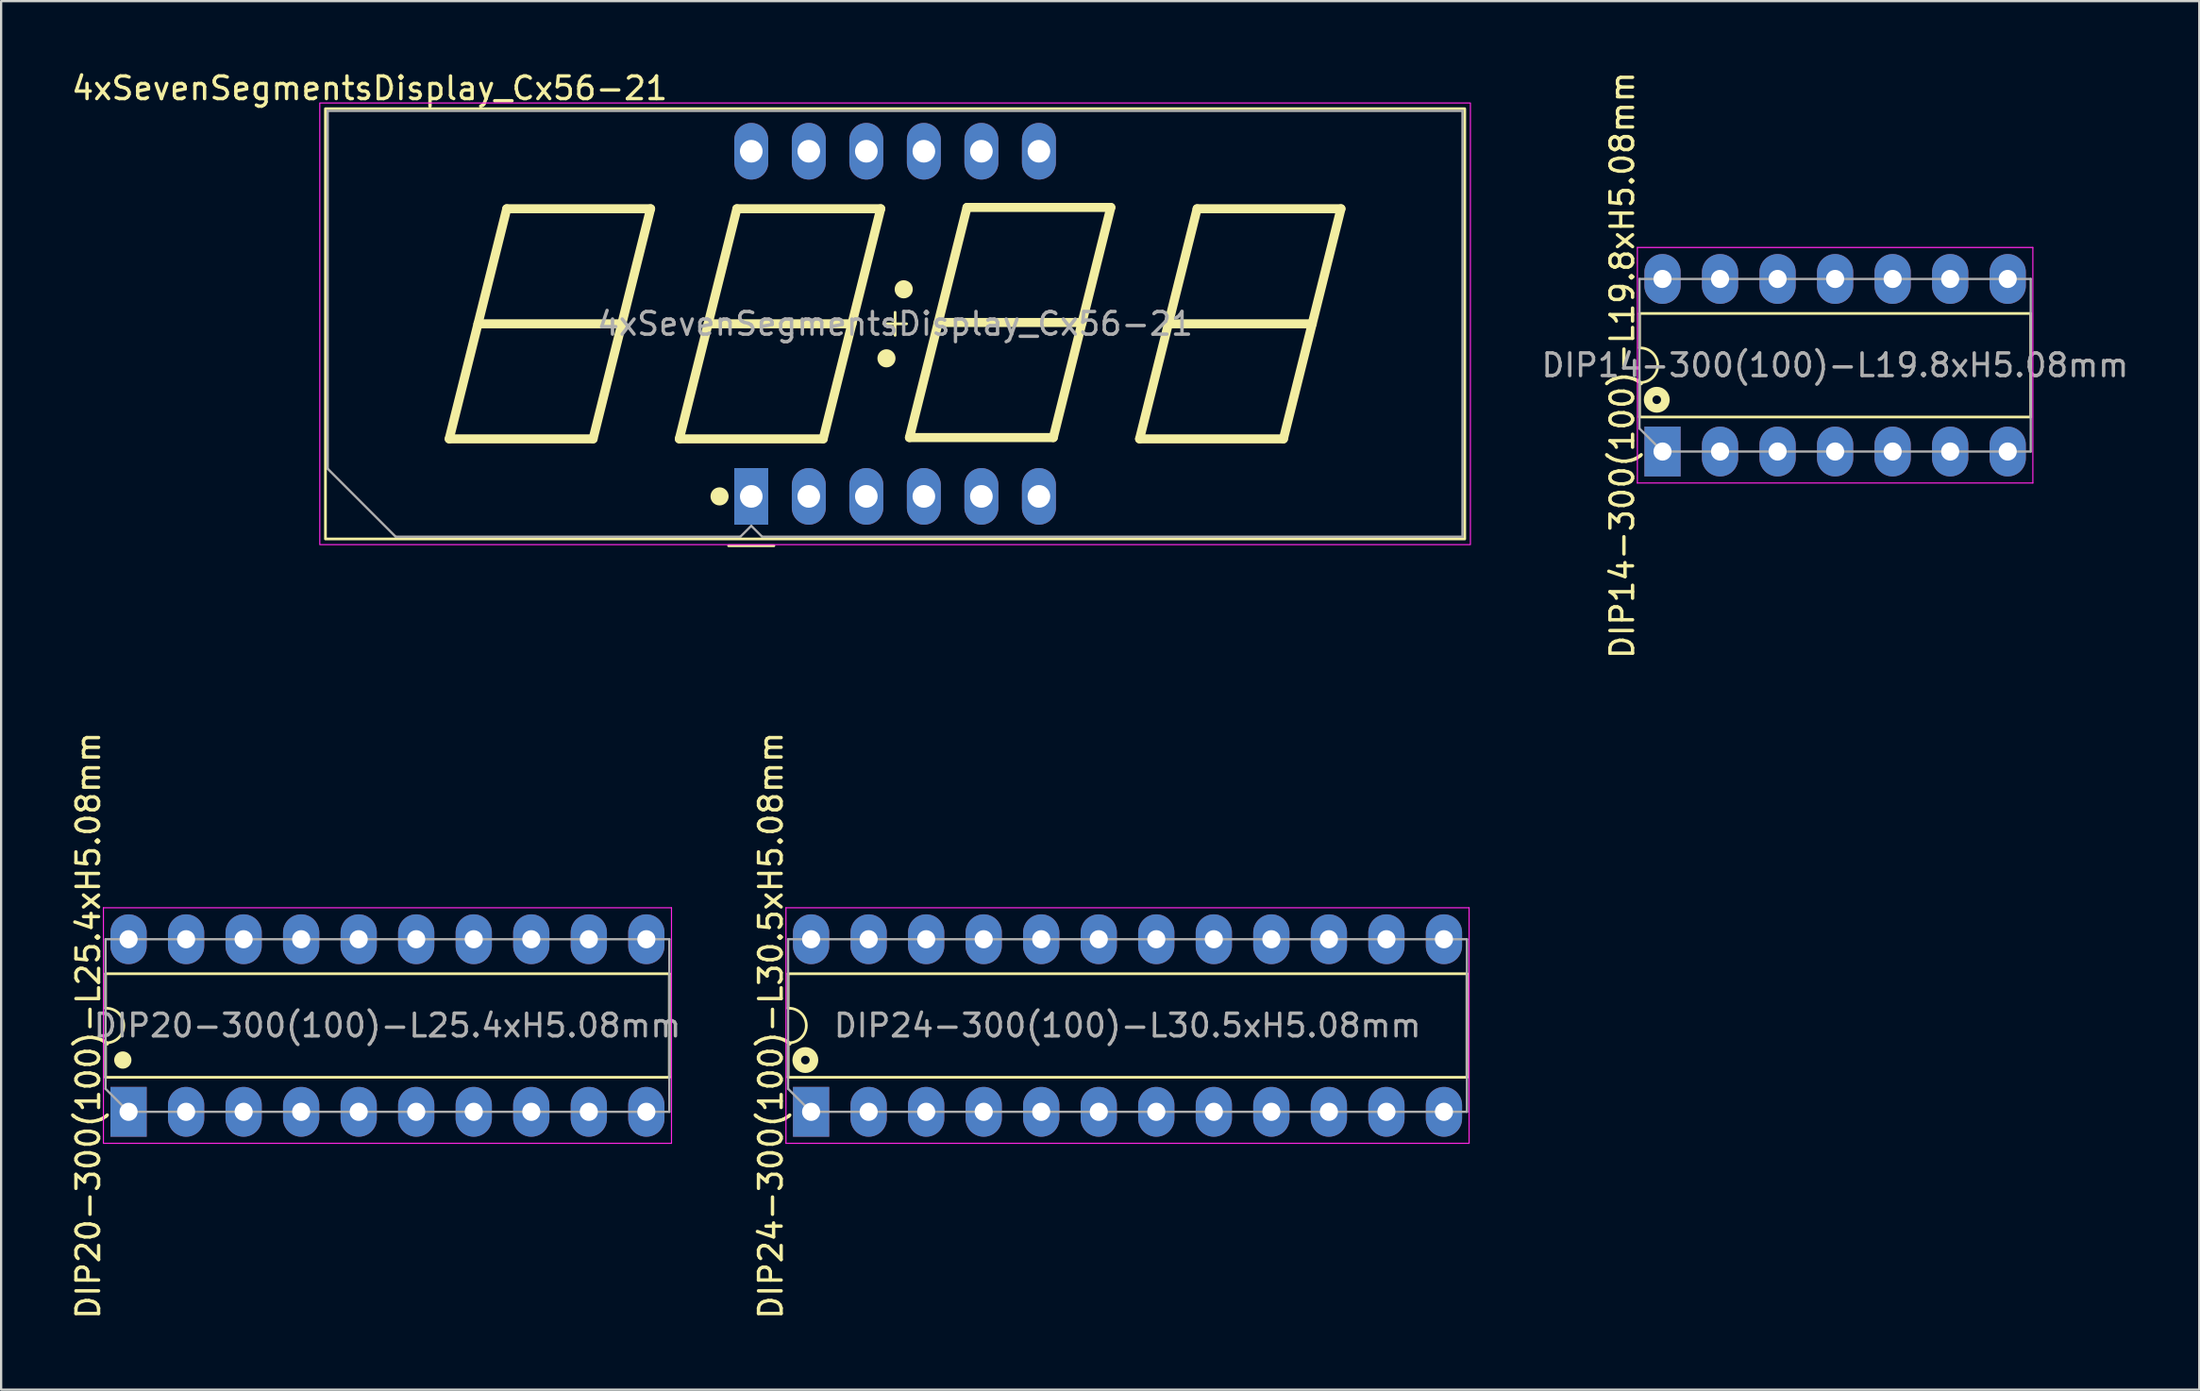
<source format=kicad_pcb>
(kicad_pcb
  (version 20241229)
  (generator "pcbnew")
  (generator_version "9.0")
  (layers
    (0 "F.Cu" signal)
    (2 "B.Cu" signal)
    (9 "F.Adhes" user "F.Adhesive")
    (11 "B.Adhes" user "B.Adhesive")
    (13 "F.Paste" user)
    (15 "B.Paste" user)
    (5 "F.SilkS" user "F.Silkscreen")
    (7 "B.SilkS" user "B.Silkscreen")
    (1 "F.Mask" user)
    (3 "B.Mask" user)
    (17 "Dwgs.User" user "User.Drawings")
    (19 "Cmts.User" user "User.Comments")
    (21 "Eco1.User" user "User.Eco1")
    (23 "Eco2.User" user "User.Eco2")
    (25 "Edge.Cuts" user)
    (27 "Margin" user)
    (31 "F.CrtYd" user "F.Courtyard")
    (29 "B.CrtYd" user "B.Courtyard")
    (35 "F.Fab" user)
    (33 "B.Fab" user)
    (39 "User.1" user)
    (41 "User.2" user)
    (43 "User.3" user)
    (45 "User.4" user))
  (footprint "DIP24-300(100)-L30.5xH5.08mm"
    (layer "F.Cu")
    (at 46.73 42.232)
    (property "Reference" "DIP24-300(100)-L30.5xH5.08mm" (at -15.748 0 90) (layer "F.SilkS") (effects (font (size 1 1) (thickness 0.15))))
    (attr through_hole)
    (fp_line (start -14.986 -2.286) (end -14.986 -0.762) (stroke (width 0.12) (type solid)) (layer "F.SilkS"))
    (fp_line (start -14.986 0.762) (end -14.986 2.286) (stroke (width 0.12) (type solid)) (layer "F.SilkS"))
    (fp_line (start -14.986 2.286) (end 14.986 2.286) (stroke (width 0.12) (type solid)) (layer "F.SilkS"))
    (fp_line (start 14.986 -2.286) (end -14.986 -2.286) (stroke (width 0.12) (type solid)) (layer "F.SilkS"))
    (fp_line (start 14.986 2.286) (end 14.986 -2.286) (stroke (width 0.12) (type solid)) (layer "F.SilkS"))
    (fp_arc (start -14.986 -0.762) (mid -14.180208 0) (end -14.986 0.762) (stroke (width 0.12) (type solid)) (layer "F.SilkS"))
    (fp_circle (center -14.224 1.524) (end -14.034 1.524) (stroke (width 0.381) (type solid)) (fill no) (layer "F.SilkS"))
    (fp_line (start -15.08 -5.2) (end 15.08 -5.2) (stroke (width 0.05) (type solid)) (layer "F.CrtYd"))
    (fp_line (start -15.08 5.2) (end -15.08 -5.2) (stroke (width 0.05) (type solid)) (layer "F.CrtYd"))
    (fp_line (start 15.08 -5.2) (end 15.08 5.2) (stroke (width 0.05) (type solid)) (layer "F.CrtYd"))
    (fp_line (start 15.08 5.2) (end -15.08 5.2) (stroke (width 0.05) (type solid)) (layer "F.CrtYd"))
    (fp_line (start -14.986 -3.81) (end -14.986 2.794) (stroke (width 0.1) (type solid)) (layer "F.Fab"))
    (fp_line (start -13.97 3.81) (end -14.986 2.794) (stroke (width 0.1) (type solid)) (layer "F.Fab"))
    (fp_line (start -13.97 3.81) (end 14.986 3.81) (stroke (width 0.1) (type solid)) (layer "F.Fab"))
    (fp_line (start 14.986 -3.81) (end -14.986 -3.81) (stroke (width 0.1) (type solid)) (layer "F.Fab"))
    (fp_line (start 14.986 3.81) (end 14.986 -3.81) (stroke (width 0.1) (type solid)) (layer "F.Fab"))
    (fp_text user "${REFERENCE}" (at 0 0 0) (layer "F.Fab") (effects (font (size 1 1) (thickness 0.15))))
    (pad "1" thru_hole rect (at -13.97 3.81) (size 1.6 2.2) (drill 0.8) (layers "*.Cu" "*.Mask"))
    (pad "2" thru_hole oval (at -11.43 3.81) (size 1.6 2.2) (drill 0.8) (layers "*.Cu" "*.Mask"))
    (pad "3" thru_hole oval (at -8.89 3.81) (size 1.6 2.2) (drill 0.8) (layers "*.Cu" "*.Mask"))
    (pad "4" thru_hole oval (at -6.35 3.81) (size 1.6 2.2) (drill 0.8) (layers "*.Cu" "*.Mask"))
    (pad "5" thru_hole oval (at -3.81 3.81) (size 1.6 2.2) (drill 0.8) (layers "*.Cu" "*.Mask"))
    (pad "6" thru_hole oval (at -1.27 3.81) (size 1.6 2.2) (drill 0.8) (layers "*.Cu" "*.Mask"))
    (pad "7" thru_hole oval (at 1.27 3.81) (size 1.6 2.2) (drill 0.8) (layers "*.Cu" "*.Mask"))
    (pad "8" thru_hole oval (at 3.81 3.81) (size 1.6 2.2) (drill 0.8) (layers "*.Cu" "*.Mask"))
    (pad "9" thru_hole oval (at 6.35 3.81) (size 1.6 2.2) (drill 0.8) (layers "*.Cu" "*.Mask"))
    (pad "10" thru_hole oval (at 8.89 3.81) (size 1.6 2.2) (drill 0.8) (layers "*.Cu" "*.Mask"))
    (pad "11" thru_hole oval (at 11.43 3.81) (size 1.6 2.2) (drill 0.8) (layers "*.Cu" "*.Mask"))
    (pad "12" thru_hole oval (at 13.97 3.81) (size 1.6 2.2) (drill 0.8) (layers "*.Cu" "*.Mask"))
    (pad "13" thru_hole oval (at 13.97 -3.81) (size 1.6 2.2) (drill 0.8) (layers "*.Cu" "*.Mask"))
    (pad "14" thru_hole oval (at 11.43 -3.81) (size 1.6 2.2) (drill 0.8) (layers "*.Cu" "*.Mask"))
    (pad "15" thru_hole oval (at 8.89 -3.81) (size 1.6 2.2) (drill 0.8) (layers "*.Cu" "*.Mask"))
    (pad "16" thru_hole oval (at 6.35 -3.81) (size 1.6 2.2) (drill 0.8) (layers "*.Cu" "*.Mask"))
    (pad "17" thru_hole oval (at 3.81 -3.81) (size 1.6 2.2) (drill 0.8) (layers "*.Cu" "*.Mask"))
    (pad "18" thru_hole oval (at 1.27 -3.81) (size 1.6 2.2) (drill 0.8) (layers "*.Cu" "*.Mask"))
    (pad "19" thru_hole oval (at -1.27 -3.81) (size 1.6 2.2) (drill 0.8) (layers "*.Cu" "*.Mask"))
    (pad "20" thru_hole oval (at -3.81 -3.81) (size 1.6 2.2) (drill 0.8) (layers "*.Cu" "*.Mask"))
    (pad "21" thru_hole oval (at -6.35 -3.81) (size 1.6 2.2) (drill 0.8) (layers "*.Cu" "*.Mask"))
    (pad "22" thru_hole oval (at -8.89 -3.81) (size 1.6 2.2) (drill 0.8) (layers "*.Cu" "*.Mask"))
    (pad "23" thru_hole oval (at -11.43 -3.81) (size 1.6 2.2) (drill 0.8) (layers "*.Cu" "*.Mask"))
    (pad "24" thru_hole oval (at -13.97 -3.81) (size 1.6 2.2) (drill 0.8) (layers "*.Cu" "*.Mask")))
  (footprint "DIP14-300(100)-L19.8xH5.08mm"
    (layer "F.Cu")
    (at 77.97 13.077)
    (property "Reference" "DIP14-300(100)-L19.8xH5.08mm" (at -9.398 0 90) (layer "F.SilkS") (effects (font (size 1 1) (thickness 0.15))))
    (attr through_hole)
    (fp_line (start -8.636 -2.286) (end -8.636 -0.762) (stroke (width 0.12) (type solid)) (layer "F.SilkS"))
    (fp_line (start -8.636 0.762) (end -8.636 2.286) (stroke (width 0.12) (type solid)) (layer "F.SilkS"))
    (fp_line (start -8.636 2.286) (end 8.636 2.286) (stroke (width 0.12) (type solid)) (layer "F.SilkS"))
    (fp_line (start 8.636 -2.286) (end -8.636 -2.286) (stroke (width 0.12) (type solid)) (layer "F.SilkS"))
    (fp_line (start 8.636 2.286) (end 8.636 -2.286) (stroke (width 0.12) (type solid)) (layer "F.SilkS"))
    (fp_arc (start -8.636 -0.762) (mid -7.830208 0) (end -8.636 0.762) (stroke (width 0.12) (type solid)) (layer "F.SilkS"))
    (fp_circle (center -7.874 1.524) (end -7.684 1.524) (stroke (width 0.381) (type solid)) (fill no) (layer "F.SilkS"))
    (fp_line (start -8.73 -5.2) (end 8.73 -5.2) (stroke (width 0.05) (type solid)) (layer "F.CrtYd"))
    (fp_line (start -8.73 5.2) (end -8.73 -5.2) (stroke (width 0.05) (type solid)) (layer "F.CrtYd"))
    (fp_line (start 8.73 -5.2) (end 8.73 5.2) (stroke (width 0.05) (type solid)) (layer "F.CrtYd"))
    (fp_line (start 8.73 5.2) (end -8.73 5.2) (stroke (width 0.05) (type solid)) (layer "F.CrtYd"))
    (fp_line (start -8.636 -3.81) (end -8.636 2.794) (stroke (width 0.1) (type solid)) (layer "F.Fab"))
    (fp_line (start -7.62 3.81) (end -8.636 2.794) (stroke (width 0.1) (type solid)) (layer "F.Fab"))
    (fp_line (start -7.62 3.81) (end 8.636 3.81) (stroke (width 0.1) (type solid)) (layer "F.Fab"))
    (fp_line (start 8.636 -3.81) (end -8.636 -3.81) (stroke (width 0.1) (type solid)) (layer "F.Fab"))
    (fp_line (start 8.636 3.81) (end 8.636 -3.81) (stroke (width 0.1) (type solid)) (layer "F.Fab"))
    (fp_text user "${REFERENCE}" (at 0 0 0) (layer "F.Fab") (effects (font (size 1 1) (thickness 0.15))))
    (pad "1" thru_hole rect (at -7.62 3.81) (size 1.6 2.2) (drill 0.8) (layers "*.Cu" "*.Mask"))
    (pad "2" thru_hole oval (at -5.08 3.81) (size 1.6 2.2) (drill 0.8) (layers "*.Cu" "*.Mask"))
    (pad "3" thru_hole oval (at -2.54 3.81) (size 1.6 2.2) (drill 0.8) (layers "*.Cu" "*.Mask"))
    (pad "4" thru_hole oval (at 0 3.81) (size 1.6 2.2) (drill 0.8) (layers "*.Cu" "*.Mask"))
    (pad "5" thru_hole oval (at 2.54 3.81) (size 1.6 2.2) (drill 0.8) (layers "*.Cu" "*.Mask"))
    (pad "6" thru_hole oval (at 5.08 3.81) (size 1.6 2.2) (drill 0.8) (layers "*.Cu" "*.Mask"))
    (pad "7" thru_hole oval (at 7.62 3.81) (size 1.6 2.2) (drill 0.8) (layers "*.Cu" "*.Mask"))
    (pad "8" thru_hole oval (at 7.62 -3.81) (size 1.6 2.2) (drill 0.8) (layers "*.Cu" "*.Mask"))
    (pad "9" thru_hole oval (at 5.08 -3.81) (size 1.6 2.2) (drill 0.8) (layers "*.Cu" "*.Mask"))
    (pad "10" thru_hole oval (at 2.54 -3.81) (size 1.6 2.2) (drill 0.8) (layers "*.Cu" "*.Mask"))
    (pad "11" thru_hole oval (at 0 -3.81) (size 1.6 2.2) (drill 0.8) (layers "*.Cu" "*.Mask"))
    (pad "12" thru_hole oval (at -2.54 -3.81) (size 1.6 2.2) (drill 0.8) (layers "*.Cu" "*.Mask"))
    (pad "13" thru_hole oval (at -5.08 -3.81) (size 1.6 2.2) (drill 0.8) (layers "*.Cu" "*.Mask"))
    (pad "14" thru_hole oval (at -7.62 -3.81) (size 1.6 2.2) (drill 0.8) (layers "*.Cu" "*.Mask")))
  (footprint "DIP20-300(100)-L25.4xH5.08mm"
    (layer "F.Cu")
    (at 14.056 42.232)
    (property "Reference" "DIP20-300(100)-L25.4xH5.08mm" (at -13.208 0 90) (layer "F.SilkS") (effects (font (size 1 1) (thickness 0.15))))
    (attr through_hole)
    (fp_line (start -12.446 -2.286) (end -12.446 -0.762) (stroke (width 0.12) (type solid)) (layer "F.SilkS"))
    (fp_line (start -12.446 0.762) (end -12.446 2.286) (stroke (width 0.12) (type solid)) (layer "F.SilkS"))
    (fp_line (start -12.446 2.286) (end 12.446 2.286) (stroke (width 0.12) (type solid)) (layer "F.SilkS"))
    (fp_line (start 12.446 -2.286) (end -12.446 -2.286) (stroke (width 0.12) (type solid)) (layer "F.SilkS"))
    (fp_line (start 12.446 2.286) (end 12.446 -2.286) (stroke (width 0.12) (type solid)) (layer "F.SilkS"))
    (fp_arc (start -12.446 -0.762) (mid -11.640208 0) (end -12.446 0.762) (stroke (width 0.12) (type solid)) (layer "F.SilkS"))
    (fp_circle (center -11.684 1.524) (end -11.493 1.524) (stroke (width 0.381) (type solid)) (fill no) (layer "F.SilkS"))
    (fp_line (start -12.54 -5.2) (end 12.54 -5.2) (stroke (width 0.05) (type solid)) (layer "F.CrtYd"))
    (fp_line (start -12.54 5.2) (end -12.54 -5.2) (stroke (width 0.05) (type solid)) (layer "F.CrtYd"))
    (fp_line (start 12.54 -5.2) (end 12.54 5.2) (stroke (width 0.05) (type solid)) (layer "F.CrtYd"))
    (fp_line (start 12.54 5.2) (end -12.54 5.2) (stroke (width 0.05) (type solid)) (layer "F.CrtYd"))
    (fp_line (start -12.446 -3.81) (end -12.446 2.794) (stroke (width 0.1) (type solid)) (layer "F.Fab"))
    (fp_line (start -11.43 3.81) (end -12.446 2.794) (stroke (width 0.1) (type solid)) (layer "F.Fab"))
    (fp_line (start -11.43 3.81) (end 12.446 3.81) (stroke (width 0.1) (type solid)) (layer "F.Fab"))
    (fp_line (start 12.446 -3.81) (end -12.446 -3.81) (stroke (width 0.1) (type solid)) (layer "F.Fab"))
    (fp_line (start 12.446 3.81) (end 12.446 -3.81) (stroke (width 0.1) (type solid)) (layer "F.Fab"))
    (fp_text user "${REFERENCE}" (at 0 0 0) (layer "F.Fab") (effects (font (size 1 1) (thickness 0.15))))
    (pad "1" thru_hole rect (at -11.43 3.81) (size 1.6 2.2) (drill 0.8) (layers "*.Cu" "*.Mask"))
    (pad "2" thru_hole oval (at -8.89 3.81) (size 1.6 2.2) (drill 0.8) (layers "*.Cu" "*.Mask"))
    (pad "3" thru_hole oval (at -6.35 3.81) (size 1.6 2.2) (drill 0.8) (layers "*.Cu" "*.Mask"))
    (pad "4" thru_hole oval (at -3.81 3.81) (size 1.6 2.2) (drill 0.8) (layers "*.Cu" "*.Mask"))
    (pad "5" thru_hole oval (at -1.27 3.81) (size 1.6 2.2) (drill 0.8) (layers "*.Cu" "*.Mask"))
    (pad "6" thru_hole oval (at 1.27 3.81) (size 1.6 2.2) (drill 0.8) (layers "*.Cu" "*.Mask"))
    (pad "7" thru_hole oval (at 3.81 3.81) (size 1.6 2.2) (drill 0.8) (layers "*.Cu" "*.Mask"))
    (pad "8" thru_hole oval (at 6.35 3.81) (size 1.6 2.2) (drill 0.8) (layers "*.Cu" "*.Mask"))
    (pad "9" thru_hole oval (at 8.89 3.81) (size 1.6 2.2) (drill 0.8) (layers "*.Cu" "*.Mask"))
    (pad "10" thru_hole oval (at 11.43 3.81) (size 1.6 2.2) (drill 0.8) (layers "*.Cu" "*.Mask"))
    (pad "11" thru_hole oval (at 11.43 -3.81) (size 1.6 2.2) (drill 0.8) (layers "*.Cu" "*.Mask"))
    (pad "12" thru_hole oval (at 8.89 -3.81) (size 1.6 2.2) (drill 0.8) (layers "*.Cu" "*.Mask"))
    (pad "13" thru_hole oval (at 6.35 -3.81) (size 1.6 2.2) (drill 0.8) (layers "*.Cu" "*.Mask"))
    (pad "14" thru_hole oval (at 3.81 -3.81) (size 1.6 2.2) (drill 0.8) (layers "*.Cu" "*.Mask"))
    (pad "15" thru_hole oval (at 1.27 -3.81) (size 1.6 2.2) (drill 0.8) (layers "*.Cu" "*.Mask"))
    (pad "16" thru_hole oval (at -1.27 -3.81) (size 1.6 2.2) (drill 0.8) (layers "*.Cu" "*.Mask"))
    (pad "17" thru_hole oval (at -3.81 -3.81) (size 1.6 2.2) (drill 0.8) (layers "*.Cu" "*.Mask"))
    (pad "18" thru_hole oval (at -6.35 -3.81) (size 1.6 2.2) (drill 0.8) (layers "*.Cu" "*.Mask"))
    (pad "19" thru_hole oval (at -8.89 -3.81) (size 1.6 2.2) (drill 0.8) (layers "*.Cu" "*.Mask"))
    (pad "20" thru_hole oval (at -11.43 -3.81) (size 1.6 2.2) (drill 0.8) (layers "*.Cu" "*.Mask")))
  (footprint "4xSevenSegmentsDisplay_Cx56-21"
    (layer "F.Cu")
    (at 36.468 11.248)
    (property "Reference" "4xSevenSegmentsDisplay_Cx56-21" (at -23.2 -10.4 0) (layer "F.SilkS") (effects (font (size 1 1) (thickness 0.15))))
    (attr through_hole)
    (fp_line (start -19.685 5.08) (end -13.335 5.08) (stroke (width 0.4) (type solid)) (layer "F.SilkS"))
    (fp_line (start -17.145 -5.08) (end -19.685 5.08) (stroke (width 0.4) (type solid)) (layer "F.SilkS"))
    (fp_line (start -13.335 5.08) (end -10.795 -5.08) (stroke (width 0.4) (type solid)) (layer "F.SilkS"))
    (fp_line (start -12.065 0) (end -18.415 0) (stroke (width 0.4) (type solid)) (layer "F.SilkS"))
    (fp_line (start -10.795 -5.08) (end -17.145 -5.08) (stroke (width 0.4) (type solid)) (layer "F.SilkS"))
    (fp_line (start -9.525 5.08) (end -3.175 5.08) (stroke (width 0.4) (type solid)) (layer "F.SilkS"))
    (fp_line (start -7.35 9.8) (end -5.35 9.8) (stroke (width 0.12) (type solid)) (layer "F.SilkS"))
    (fp_line (start -6.985 -5.08) (end -9.525 5.08) (stroke (width 0.4) (type solid)) (layer "F.SilkS"))
    (fp_line (start -3.175 5.08) (end -0.635 -5.08) (stroke (width 0.4) (type solid)) (layer "F.SilkS"))
    (fp_line (start -1.905 0) (end -8.255 0) (stroke (width 0.4) (type solid)) (layer "F.SilkS"))
    (fp_line (start -0.635 -5.08) (end -6.985 -5.08) (stroke (width 0.4) (type solid)) (layer "F.SilkS"))
    (fp_line (start 0 0.508) (end 0 -0.508) (stroke (width 0.12) (type solid)) (layer "F.SilkS"))
    (fp_line (start 0.508 0) (end -0.508 0) (stroke (width 0.12) (type solid)) (layer "F.SilkS"))
    (fp_line (start 0.635 5.022) (end 6.985 5.022) (stroke (width 0.4) (type solid)) (layer "F.SilkS"))
    (fp_line (start 3.175 -5.138) (end 0.635 5.022) (stroke (width 0.4) (type solid)) (layer "F.SilkS"))
    (fp_line (start 6.985 5.022) (end 9.525 -5.138) (stroke (width 0.4) (type solid)) (layer "F.SilkS"))
    (fp_line (start 8.255 -0.058) (end 1.905 -0.058) (stroke (width 0.4) (type solid)) (layer "F.SilkS"))
    (fp_line (start 9.525 -5.138) (end 3.175 -5.138) (stroke (width 0.4) (type solid)) (layer "F.SilkS"))
    (fp_line (start 10.795 5.08) (end 17.145 5.08) (stroke (width 0.4) (type solid)) (layer "F.SilkS"))
    (fp_line (start 13.335 -5.08) (end 10.795 5.08) (stroke (width 0.4) (type solid)) (layer "F.SilkS"))
    (fp_line (start 17.145 5.08) (end 19.685 -5.08) (stroke (width 0.4) (type solid)) (layer "F.SilkS"))
    (fp_line (start 18.415 0) (end 12.065 0) (stroke (width 0.4) (type solid)) (layer "F.SilkS"))
    (fp_line (start 19.685 -5.08) (end 13.335 -5.08) (stroke (width 0.4) (type solid)) (layer "F.SilkS"))
    (fp_rect (start -25.15 -9.5) (end 25.15 9.5) (stroke (width 0.12) (type solid)) (fill no) (layer "F.SilkS"))
    (fp_circle (center -7.75 7.62) (end -7.55 7.62) (stroke (width 0.4) (type solid)) (fill no) (layer "F.SilkS"))
    (fp_circle (center -0.381 1.524) (end -0.181 1.524) (stroke (width 0.4) (type solid)) (fill no) (layer "F.SilkS"))
    (fp_circle (center 0.381 -1.524) (end 0.581 -1.524) (stroke (width 0.4) (type solid)) (fill no) (layer "F.SilkS"))
    (fp_rect (start -25.4 -9.75) (end 25.4 9.75) (stroke (width 0.05) (type solid)) (fill no) (layer "F.CrtYd"))
    (fp_rect (start 0 0) (end 0 0) (stroke (width 0.05) (type solid)) (fill no) (layer "F.CrtYd"))
    (fp_line (start -25.05 -9.4) (end 25.05 -9.4) (stroke (width 0.1) (type solid)) (layer "F.Fab"))
    (fp_line (start -25.05 6.4) (end -25.05 -9.4) (stroke (width 0.1) (type solid)) (layer "F.Fab"))
    (fp_line (start -22.05 9.4) (end -25.05 6.4) (stroke (width 0.1) (type solid)) (layer "F.Fab"))
    (fp_line (start -6.83 9.4) (end -22.05 9.4) (stroke (width 0.1) (type solid)) (layer "F.Fab"))
    (fp_line (start -6.35 8.92) (end -6.83 9.4) (stroke (width 0.1) (type solid)) (layer "F.Fab"))
    (fp_line (start -5.87 9.4) (end -6.35 8.92) (stroke (width 0.1) (type solid)) (layer "F.Fab"))
    (fp_line (start -5.87 9.4) (end 25.05 9.4) (stroke (width 0.1) (type solid)) (layer "F.Fab"))
    (fp_line (start 25.05 9.4) (end 25.05 -9.4) (stroke (width 0.1) (type solid)) (layer "F.Fab"))
    (fp_text user "${REFERENCE}" (at 0 0 180) (layer "F.Fab") (effects (font (size 1 1) (thickness 0.15))))
    (pad "1" thru_hole rect (at -6.35 7.62) (size 1.5 2.5) (drill 1) (layers "*.Cu" "*.Mask"))
    (pad "2" thru_hole oval (at -3.81 7.62) (size 1.5 2.5) (drill 1) (layers "*.Cu" "*.Mask"))
    (pad "3" thru_hole oval (at -1.27 7.62) (size 1.5 2.5) (drill 1) (layers "*.Cu" "*.Mask"))
    (pad "4" thru_hole oval (at 1.27 7.62) (size 1.5 2.5) (drill 1) (layers "*.Cu" "*.Mask"))
    (pad "5" thru_hole oval (at 3.81 7.62) (size 1.5 2.5) (drill 1) (layers "*.Cu" "*.Mask"))
    (pad "6" thru_hole oval (at 6.35 7.62) (size 1.5 2.5) (drill 1) (layers "*.Cu" "*.Mask"))
    (pad "7" thru_hole oval (at 6.35 -7.62) (size 1.5 2.5) (drill 1) (layers "*.Cu" "*.Mask"))
    (pad "8" thru_hole oval (at 3.81 -7.62) (size 1.5 2.5) (drill 1) (layers "*.Cu" "*.Mask"))
    (pad "9" thru_hole oval (at 1.27 -7.62) (size 1.5 2.5) (drill 1) (layers "*.Cu" "*.Mask"))
    (pad "10" thru_hole oval (at -1.27 -7.62) (size 1.5 2.5) (drill 1) (layers "*.Cu" "*.Mask"))
    (pad "11" thru_hole oval (at -3.81 -7.62) (size 1.5 2.5) (drill 1) (layers "*.Cu" "*.Mask"))
    (pad "12" thru_hole oval (at -6.35 -7.62) (size 1.5 2.5) (drill 1) (layers "*.Cu" "*.Mask")))
  (gr_rect
    (start -3 -3)
    (end 94.048 58.31)
    (stroke (width 0.1) (type default))
    (fill no)
    (layer "Edge.Cuts")))
</source>
